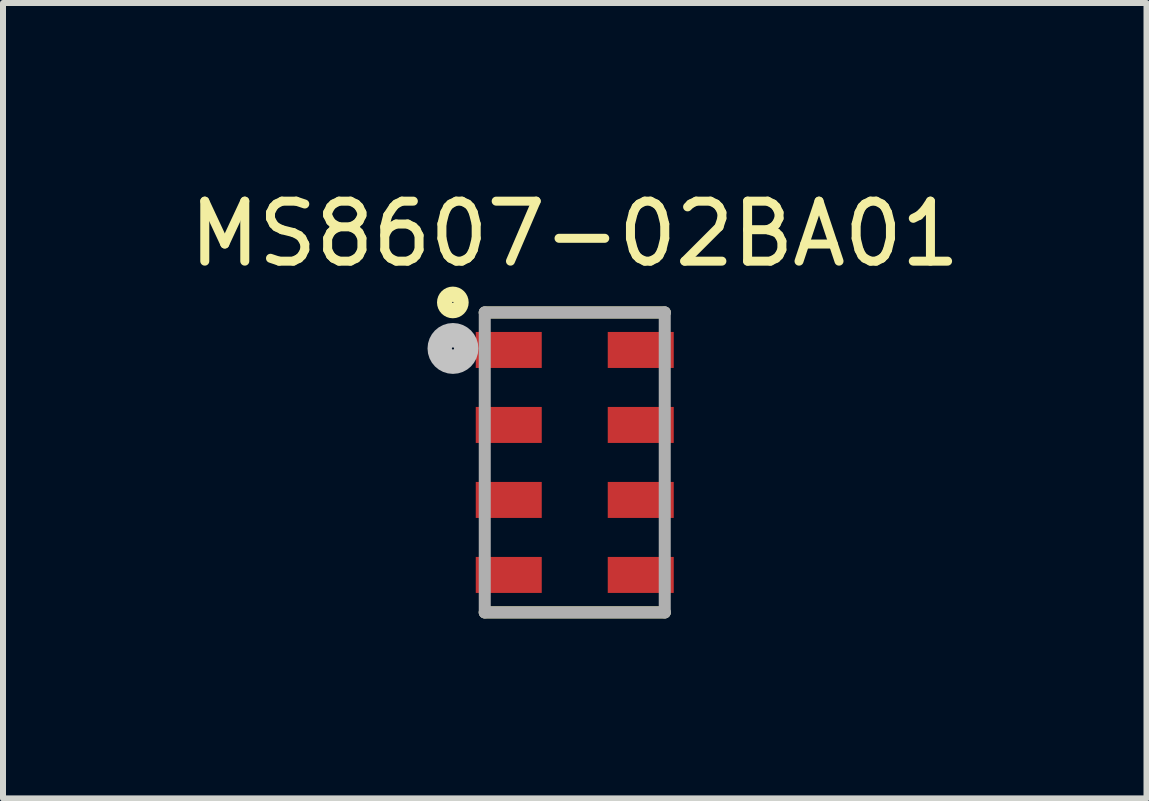
<source format=kicad_pcb>
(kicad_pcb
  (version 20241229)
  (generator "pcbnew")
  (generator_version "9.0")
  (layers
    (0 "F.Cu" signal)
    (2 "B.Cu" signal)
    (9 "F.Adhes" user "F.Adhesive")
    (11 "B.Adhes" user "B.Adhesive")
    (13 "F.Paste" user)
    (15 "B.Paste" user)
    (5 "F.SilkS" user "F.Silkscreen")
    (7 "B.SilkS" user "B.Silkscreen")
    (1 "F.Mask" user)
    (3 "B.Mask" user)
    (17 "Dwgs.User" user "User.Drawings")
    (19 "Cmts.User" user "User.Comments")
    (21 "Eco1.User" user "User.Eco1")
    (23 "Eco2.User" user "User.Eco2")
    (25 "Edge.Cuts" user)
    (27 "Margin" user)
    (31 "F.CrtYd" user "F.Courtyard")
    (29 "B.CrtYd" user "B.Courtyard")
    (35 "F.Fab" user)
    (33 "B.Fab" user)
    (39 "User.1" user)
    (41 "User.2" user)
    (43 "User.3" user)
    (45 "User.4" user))
  (footprint "MS8607-02BA01"
    (layer "F.Cu")
    (at 6.53 4.658)
    (property "Reference" "MS8607-02BA01" (at 0 -3.81 0) (layer "F.SilkS") (effects (font (size 1 1) (thickness 0.15))))
    (attr smd)
    (fp_line (start -1.5 -2.5) (end 1.5 -2.5) (stroke (width 0.2) (type solid)) (layer "F.SilkS"))
    (fp_line (start 1.5 2.5) (end -1.5 2.5) (stroke (width 0.2) (type solid)) (layer "F.SilkS"))
    (fp_circle (center -2.032 -2.667) (end -1.895 -2.667) (stroke (width 0.254) (type solid)) (fill no) (layer "F.SilkS"))
    (fp_circle (center -2.03 -1.9) (end -2.012 -1.9) (stroke (width 0.406) (type solid)) (fill no) (layer "Dwgs.User"))
    (fp_line (start -1.5 -2.5) (end 1.5 -2.5) (stroke (width 0.2) (type solid)) (layer "F.Fab"))
    (fp_line (start -1.5 2.5) (end -1.5 -2.5) (stroke (width 0.2) (type solid)) (layer "F.Fab"))
    (fp_line (start 1.5 -2.5) (end 1.5 2.5) (stroke (width 0.2) (type solid)) (layer "F.Fab"))
    (fp_line (start 1.5 2.5) (end -1.5 2.5) (stroke (width 0.2) (type solid)) (layer "F.Fab"))
    (pad "1" smd rect (at -1.1 -1.875) (size 1.1 0.6) (layers "F.Cu" "F.Mask" "F.Paste"))
    (pad "2" smd rect (at -1.1 -0.625) (size 1.1 0.6) (layers "F.Cu" "F.Mask" "F.Paste"))
    (pad "3" smd rect (at -1.1 0.625) (size 1.1 0.6) (layers "F.Cu" "F.Mask" "F.Paste"))
    (pad "4" smd rect (at -1.1 1.875) (size 1.1 0.6) (layers "F.Cu" "F.Mask" "F.Paste"))
    (pad "5" smd rect (at 1.1 1.875) (size 1.1 0.6) (layers "F.Cu" "F.Mask" "F.Paste"))
    (pad "6" smd rect (at 1.1 0.625) (size 1.1 0.6) (layers "F.Cu" "F.Mask" "F.Paste"))
    (pad "7" smd rect (at 1.1 -0.625) (size 1.1 0.6) (layers "F.Cu" "F.Mask" "F.Paste"))
    (pad "8" smd rect (at 1.1 -1.875) (size 1.1 0.6) (layers "F.Cu" "F.Mask" "F.Paste"))
    (zone (net_name "") (layer "F.Cu") (hatch full 0.508) (connect_pads) (min_thickness 0.127) (filled_areas_thickness no) (keepout (tracks not_allowed) (vias not_allowed) (pads not_allowed) (copperpour not_allowed) (footprints allowed)) (placement (enabled no)) (fill) (polygon (pts (xy 6.085 2.563) (xy 6.974 2.563) (xy 6.974 3.198) (xy 8.054 3.198) (xy 8.054 3.611) (xy 6.974 3.611) (xy 6.974 4.468) (xy 8.054 4.468) (xy 8.054 4.849) (xy 6.974 4.849) (xy 6.974 5.706) (xy 8.054 5.706) (xy 8.054 6.119) (xy 6.974 6.119) (xy 6.974 6.754) (xy 6.085 6.754) (xy 6.085 6.119) (xy 5.006 6.119) (xy 5.006 5.706) (xy 6.085 5.706) (xy 6.085 4.849) (xy 5.006 4.849) (xy 5.006 4.468) (xy 6.085 4.468) (xy 6.085 3.611) (xy 5.006 3.611) (xy 5.006 3.198) (xy 6.085 3.198)))))
  (gr_rect
    (start -3 -3)
    (end 16.06 10.258)
    (stroke (width 0.1) (type default))
    (fill no)
    (layer "Edge.Cuts")))
</source>
